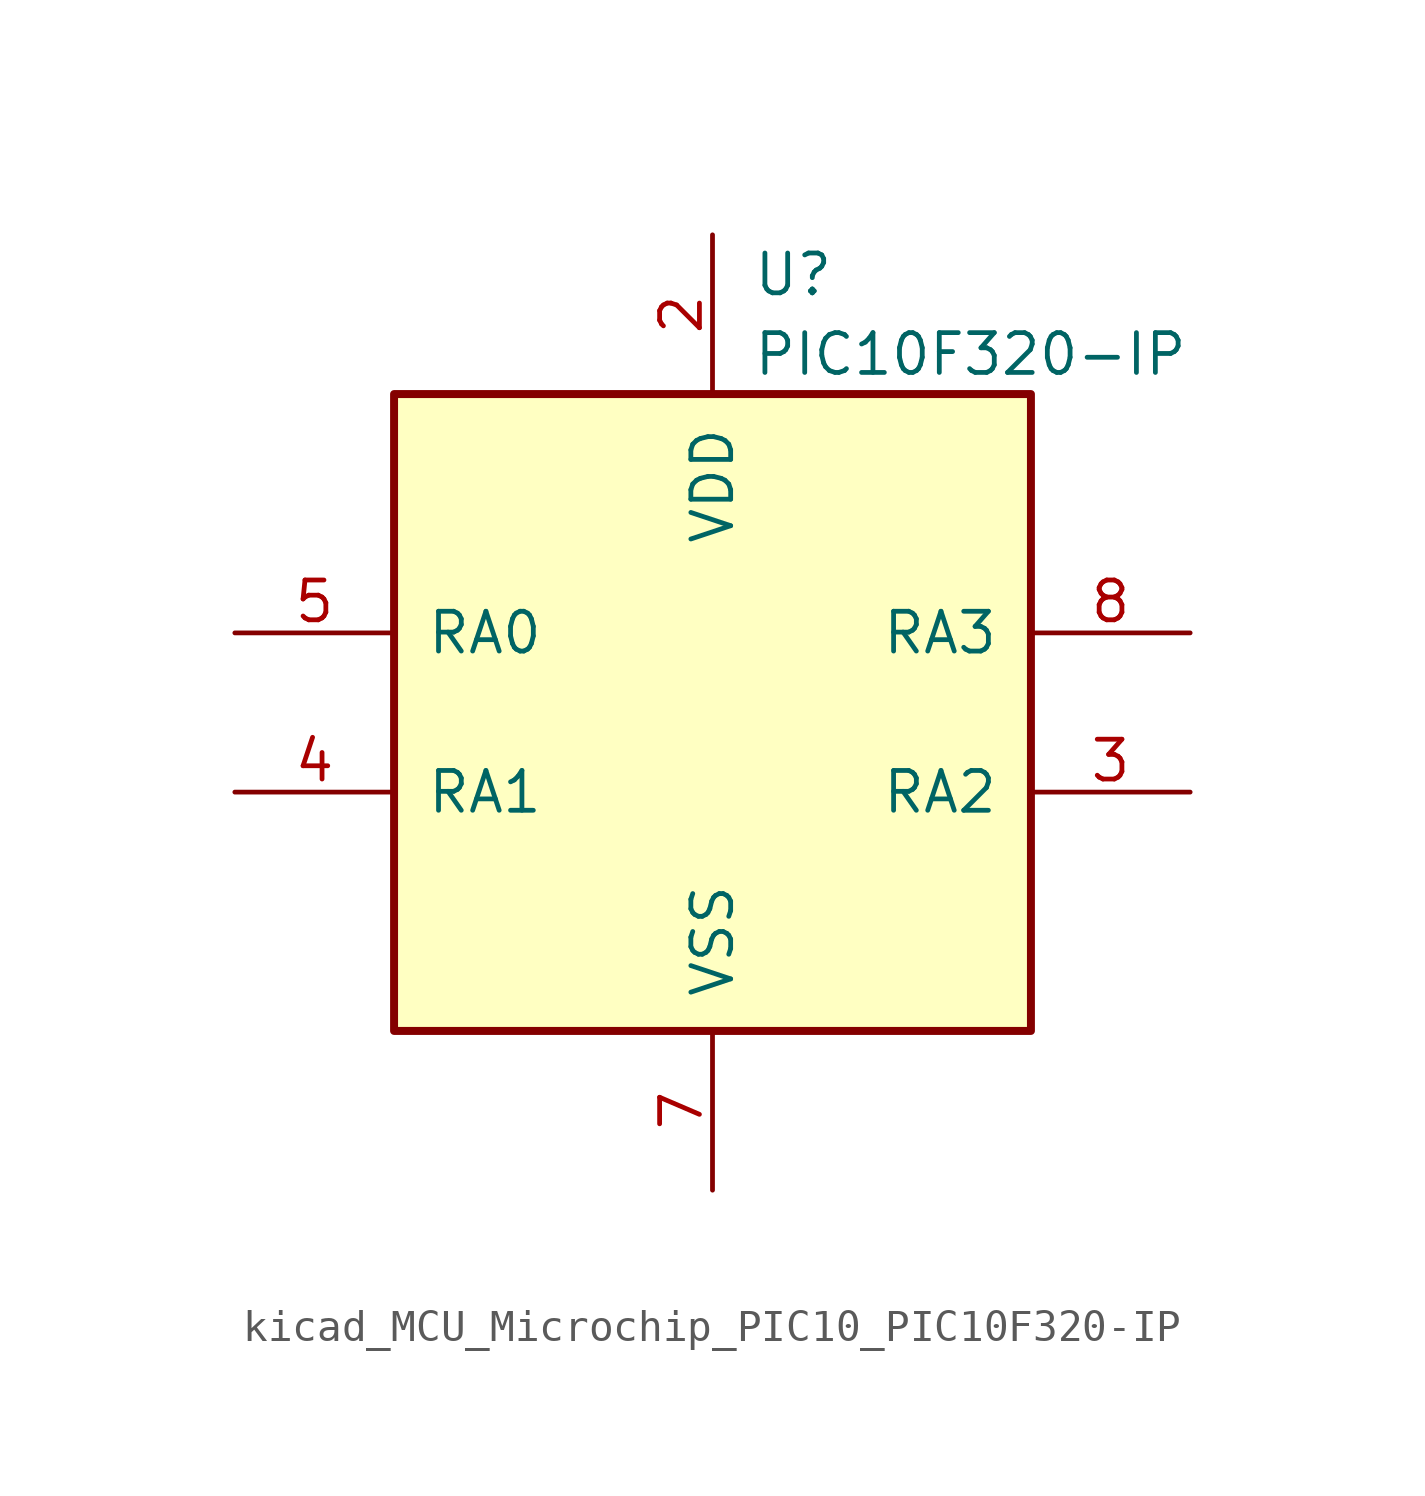
<source format=kicad_sym>
(kicad_symbol_lib
  (version 20220914)
  (generator kicad_symbol_editor)
  (symbol "kicad_MCU_Microchip_PIC10_PIC10F320-IP"
    (pin_names
      (offset 1.016))
    (property "Reference" "U"
      (at 1.27 13.97 0)
      (effects (font (size 1.27 1.27)) (justify left)))
    (property "Value" "PIC10F320-IP"
      (at 1.27 11.43 0)
      (effects (font (size 1.27 1.27)) (justify left)))
    (symbol "kicad_MCU_Microchip_PIC10_PIC10F320-IP_0_1"
      (rectangle (start -10.16 10.16) (end 10.16 -10.16) (stroke (width 0.254) (type default)) (fill (type background))))
    (symbol "kicad_MCU_Microchip_PIC10_PIC10F320-IP_1_1"
      (pin power_in line (at 0 15.24 270) (length 5.08) (name "VDD" (effects (font (size 1.27 1.27)))) (number "2" (effects (font (size 1.27 1.27)))))
      (pin bidirectional line (at 15.24 -2.54 180) (length 5.08) (name "RA2" (effects (font (size 1.27 1.27)))) (number "3" (effects (font (size 1.27 1.27)))))
      (pin bidirectional line (at -15.24 -2.54 0) (length 5.08) (name "RA1" (effects (font (size 1.27 1.27)))) (number "4" (effects (font (size 1.27 1.27)))))
      (pin bidirectional line (at -15.24 2.54 0) (length 5.08) (name "RA0" (effects (font (size 1.27 1.27)))) (number "5" (effects (font (size 1.27 1.27)))))
      (pin power_in line (at 0 -15.24 90) (length 5.08) (name "VSS" (effects (font (size 1.27 1.27)))) (number "7" (effects (font (size 1.27 1.27)))))
      (pin input line (at 15.24 2.54 180) (length 5.08) (name "RA3" (effects (font (size 1.27 1.27)))) (number "8" (effects (font (size 1.27 1.27))))))))
</source>
